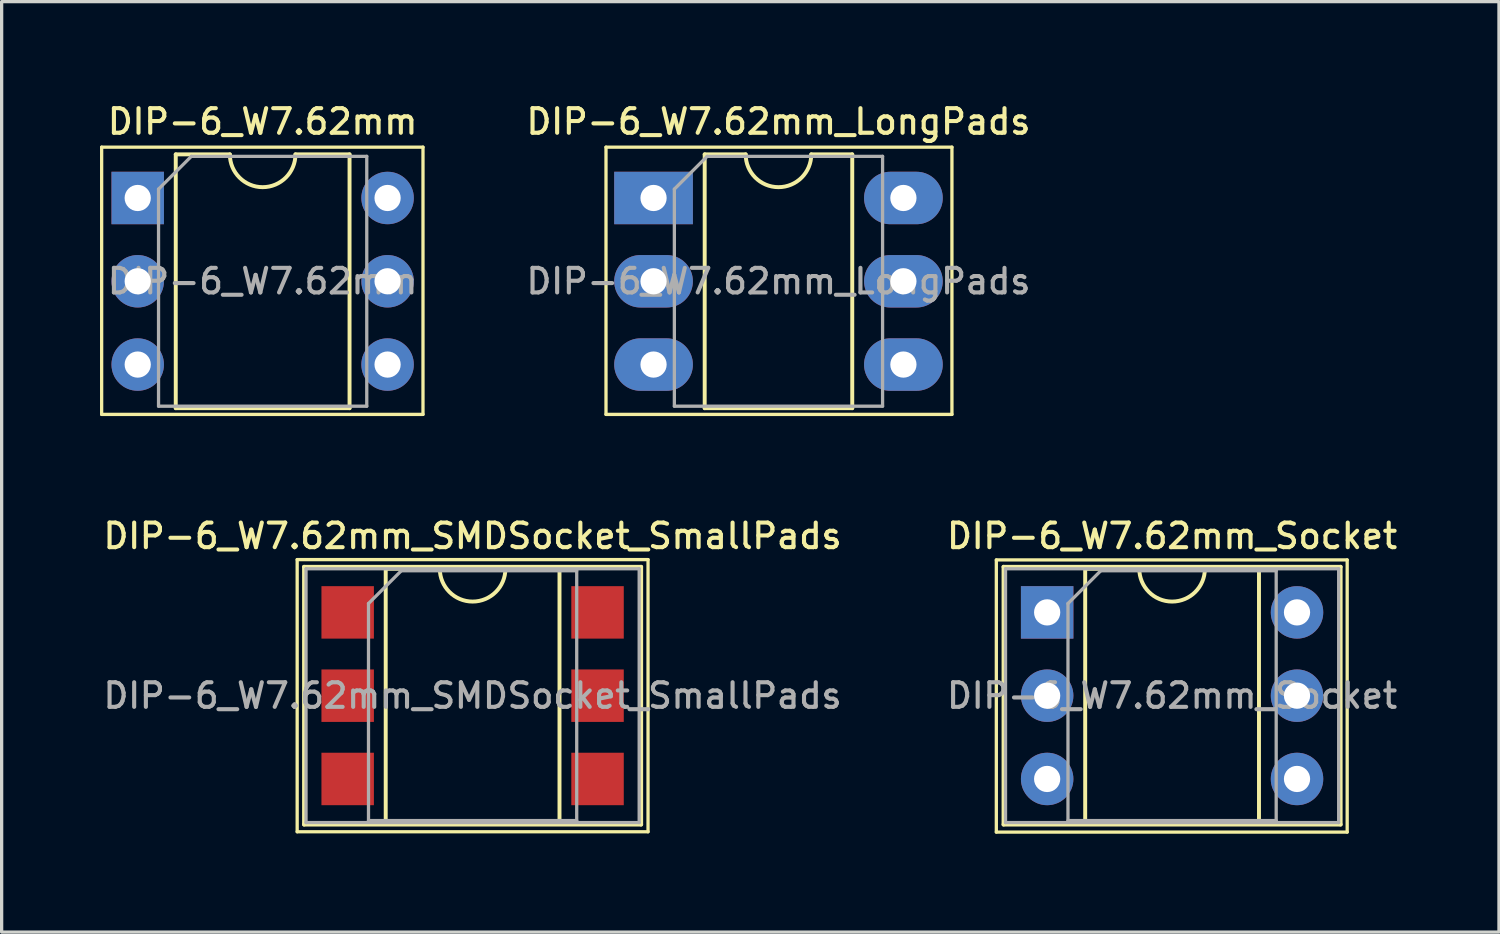
<source format=kicad_pcb>
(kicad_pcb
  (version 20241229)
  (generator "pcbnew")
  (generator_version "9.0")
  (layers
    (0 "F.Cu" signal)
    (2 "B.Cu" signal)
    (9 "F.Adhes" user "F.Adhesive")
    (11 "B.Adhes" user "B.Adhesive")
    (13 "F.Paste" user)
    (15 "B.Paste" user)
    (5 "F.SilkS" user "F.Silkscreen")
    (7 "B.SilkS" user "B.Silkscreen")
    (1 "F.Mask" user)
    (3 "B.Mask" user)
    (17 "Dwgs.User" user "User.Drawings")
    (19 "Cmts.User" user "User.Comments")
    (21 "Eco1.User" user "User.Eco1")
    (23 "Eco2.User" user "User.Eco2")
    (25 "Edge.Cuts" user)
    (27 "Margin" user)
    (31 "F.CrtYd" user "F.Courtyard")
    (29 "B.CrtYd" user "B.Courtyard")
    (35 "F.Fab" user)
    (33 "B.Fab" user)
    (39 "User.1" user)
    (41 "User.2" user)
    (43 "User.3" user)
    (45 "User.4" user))
  (footprint "DIP-6_W7.62mm"
    (layer "F.Cu")
    (at 1.15 2.988)
    (property "Reference" "DIP-6_W7.62mm" (at 3.81 -2.33 0) (layer "F.SilkS") (effects (font (size 0.75 0.75) (thickness 0.125))))
    (attr through_hole)
    (fp_line (start -1.1 -1.55) (end -1.1 6.6) (stroke (width 0.1) (type solid)) (layer "F.SilkS"))
    (fp_line (start -1.1 6.6) (end 8.7 6.6) (stroke (width 0.1) (type solid)) (layer "F.SilkS"))
    (fp_line (start 1.16 -1.33) (end 1.16 6.41) (stroke (width 0.12) (type solid)) (layer "F.SilkS"))
    (fp_line (start 1.16 6.41) (end 6.46 6.41) (stroke (width 0.12) (type solid)) (layer "F.SilkS"))
    (fp_line (start 2.81 -1.33) (end 1.16 -1.33) (stroke (width 0.12) (type solid)) (layer "F.SilkS"))
    (fp_line (start 6.46 -1.33) (end 4.81 -1.33) (stroke (width 0.12) (type solid)) (layer "F.SilkS"))
    (fp_line (start 6.46 6.41) (end 6.46 -1.33) (stroke (width 0.12) (type solid)) (layer "F.SilkS"))
    (fp_line (start 8.7 -1.55) (end -1.1 -1.55) (stroke (width 0.1) (type solid)) (layer "F.SilkS"))
    (fp_line (start 8.7 6.6) (end 8.7 -1.55) (stroke (width 0.1) (type solid)) (layer "F.SilkS"))
    (fp_arc (start 4.81 -1.33) (mid 3.81 -0.33) (end 2.81 -1.33) (stroke (width 0.12) (type solid)) (layer "F.SilkS"))
    (fp_line (start 0.635 -0.27) (end 1.635 -1.27) (stroke (width 0.1) (type solid)) (layer "F.Fab"))
    (fp_line (start 0.635 6.35) (end 0.635 -0.27) (stroke (width 0.1) (type solid)) (layer "F.Fab"))
    (fp_line (start 1.635 -1.27) (end 6.985 -1.27) (stroke (width 0.1) (type solid)) (layer "F.Fab"))
    (fp_line (start 6.985 -1.27) (end 6.985 6.35) (stroke (width 0.1) (type solid)) (layer "F.Fab"))
    (fp_line (start 6.985 6.35) (end 0.635 6.35) (stroke (width 0.1) (type solid)) (layer "F.Fab"))
    (fp_text user "${REFERENCE}" (at 3.81 2.54 0) (layer "F.Fab") (effects (font (size 0.75 0.75) (thickness 0.125))))
    (pad "1" thru_hole rect (at 0 0) (size 1.6 1.6) (drill 0.8) (layers "*.Cu" "*.Mask"))
    (pad "2" thru_hole oval (at 0 2.54) (size 1.6 1.6) (drill 0.8) (layers "*.Cu" "*.Mask"))
    (pad "3" thru_hole oval (at 0 5.08) (size 1.6 1.6) (drill 0.8) (layers "*.Cu" "*.Mask"))
    (pad "4" thru_hole oval (at 7.62 5.08) (size 1.6 1.6) (drill 0.8) (layers "*.Cu" "*.Mask"))
    (pad "5" thru_hole oval (at 7.62 2.54) (size 1.6 1.6) (drill 0.8) (layers "*.Cu" "*.Mask"))
    (pad "6" thru_hole oval (at 7.62 0) (size 1.6 1.6) (drill 0.8) (layers "*.Cu" "*.Mask")))
  (footprint "DIP-6_W7.62mm_LongPads"
    (layer "F.Cu")
    (at 16.881 2.988)
    (property "Reference" "DIP-6_W7.62mm_LongPads" (at 3.81 -2.33 0) (layer "F.SilkS") (effects (font (size 0.75 0.75) (thickness 0.125))))
    (attr through_hole)
    (fp_line (start -1.45 -1.55) (end -1.45 6.6) (stroke (width 0.1) (type solid)) (layer "F.SilkS"))
    (fp_line (start -1.45 6.6) (end 9.1 6.6) (stroke (width 0.1) (type solid)) (layer "F.SilkS"))
    (fp_line (start 1.56 -1.33) (end 1.56 6.41) (stroke (width 0.12) (type solid)) (layer "F.SilkS"))
    (fp_line (start 1.56 6.41) (end 6.06 6.41) (stroke (width 0.12) (type solid)) (layer "F.SilkS"))
    (fp_line (start 2.81 -1.33) (end 1.56 -1.33) (stroke (width 0.12) (type solid)) (layer "F.SilkS"))
    (fp_line (start 6.06 -1.33) (end 4.81 -1.33) (stroke (width 0.12) (type solid)) (layer "F.SilkS"))
    (fp_line (start 6.06 6.41) (end 6.06 -1.33) (stroke (width 0.12) (type solid)) (layer "F.SilkS"))
    (fp_line (start 9.1 -1.55) (end -1.45 -1.55) (stroke (width 0.1) (type solid)) (layer "F.SilkS"))
    (fp_line (start 9.1 6.6) (end 9.1 -1.55) (stroke (width 0.1) (type solid)) (layer "F.SilkS"))
    (fp_arc (start 4.81 -1.33) (mid 3.81 -0.33) (end 2.81 -1.33) (stroke (width 0.12) (type solid)) (layer "F.SilkS"))
    (fp_line (start 0.635 -0.27) (end 1.635 -1.27) (stroke (width 0.1) (type solid)) (layer "F.Fab"))
    (fp_line (start 0.635 6.35) (end 0.635 -0.27) (stroke (width 0.1) (type solid)) (layer "F.Fab"))
    (fp_line (start 1.635 -1.27) (end 6.985 -1.27) (stroke (width 0.1) (type solid)) (layer "F.Fab"))
    (fp_line (start 6.985 -1.27) (end 6.985 6.35) (stroke (width 0.1) (type solid)) (layer "F.Fab"))
    (fp_line (start 6.985 6.35) (end 0.635 6.35) (stroke (width 0.1) (type solid)) (layer "F.Fab"))
    (fp_text user "${REFERENCE}" (at 3.81 2.54 0) (layer "F.Fab") (effects (font (size 0.75 0.75) (thickness 0.125))))
    (pad "1" thru_hole rect (at 0 0) (size 2.4 1.6) (drill 0.8) (layers "*.Cu" "*.Mask"))
    (pad "2" thru_hole oval (at 0 2.54) (size 2.4 1.6) (drill 0.8) (layers "*.Cu" "*.Mask"))
    (pad "3" thru_hole oval (at 0 5.08) (size 2.4 1.6) (drill 0.8) (layers "*.Cu" "*.Mask"))
    (pad "4" thru_hole oval (at 7.62 5.08) (size 2.4 1.6) (drill 0.8) (layers "*.Cu" "*.Mask"))
    (pad "5" thru_hole oval (at 7.62 2.54) (size 2.4 1.6) (drill 0.8) (layers "*.Cu" "*.Mask"))
    (pad "6" thru_hole oval (at 7.62 0) (size 2.4 1.6) (drill 0.8) (layers "*.Cu" "*.Mask")))
  (footprint "DIP-6_W7.62mm_SMDSocket_SmallPads"
    (layer "F.Cu")
    (at 11.363 18.166)
    (property "Reference" "DIP-6_W7.62mm_SMDSocket_SmallPads" (at 0 -4.87 0) (layer "F.SilkS") (effects (font (size 0.75 0.75) (thickness 0.125))))
    (attr smd)
    (fp_line (start -5.35 -4.15) (end -5.35 4.15) (stroke (width 0.1) (type solid)) (layer "F.SilkS"))
    (fp_line (start -5.35 4.15) (end 5.35 4.15) (stroke (width 0.1) (type solid)) (layer "F.SilkS"))
    (fp_line (start -5.14 -3.93) (end -5.14 3.93) (stroke (width 0.12) (type solid)) (layer "F.SilkS"))
    (fp_line (start -5.14 3.93) (end 5.14 3.93) (stroke (width 0.12) (type solid)) (layer "F.SilkS"))
    (fp_line (start -2.65 -3.87) (end -2.65 3.87) (stroke (width 0.12) (type solid)) (layer "F.SilkS"))
    (fp_line (start -2.65 3.87) (end 2.65 3.87) (stroke (width 0.12) (type solid)) (layer "F.SilkS"))
    (fp_line (start -1 -3.87) (end -2.65 -3.87) (stroke (width 0.12) (type solid)) (layer "F.SilkS"))
    (fp_line (start 2.65 -3.87) (end 1 -3.87) (stroke (width 0.12) (type solid)) (layer "F.SilkS"))
    (fp_line (start 2.65 3.87) (end 2.65 -3.87) (stroke (width 0.12) (type solid)) (layer "F.SilkS"))
    (fp_line (start 5.14 -3.93) (end -5.14 -3.93) (stroke (width 0.12) (type solid)) (layer "F.SilkS"))
    (fp_line (start 5.14 3.93) (end 5.14 -3.93) (stroke (width 0.12) (type solid)) (layer "F.SilkS"))
    (fp_line (start 5.35 -4.15) (end -5.35 -4.15) (stroke (width 0.1) (type solid)) (layer "F.SilkS"))
    (fp_line (start 5.35 4.15) (end 5.35 -4.15) (stroke (width 0.1) (type solid)) (layer "F.SilkS"))
    (fp_arc (start 1 -3.87) (mid 0 -2.87) (end -1 -3.87) (stroke (width 0.12) (type solid)) (layer "F.SilkS"))
    (fp_line (start -5.08 -3.87) (end -5.08 3.87) (stroke (width 0.1) (type solid)) (layer "F.Fab"))
    (fp_line (start -5.08 3.87) (end 5.08 3.87) (stroke (width 0.1) (type solid)) (layer "F.Fab"))
    (fp_line (start -3.175 -2.81) (end -2.175 -3.81) (stroke (width 0.1) (type solid)) (layer "F.Fab"))
    (fp_line (start -3.175 3.81) (end -3.175 -2.81) (stroke (width 0.1) (type solid)) (layer "F.Fab"))
    (fp_line (start -2.175 -3.81) (end 3.175 -3.81) (stroke (width 0.1) (type solid)) (layer "F.Fab"))
    (fp_line (start 3.175 -3.81) (end 3.175 3.81) (stroke (width 0.1) (type solid)) (layer "F.Fab"))
    (fp_line (start 3.175 3.81) (end -3.175 3.81) (stroke (width 0.1) (type solid)) (layer "F.Fab"))
    (fp_line (start 5.08 -3.87) (end -5.08 -3.87) (stroke (width 0.1) (type solid)) (layer "F.Fab"))
    (fp_line (start 5.08 3.87) (end 5.08 -3.87) (stroke (width 0.1) (type solid)) (layer "F.Fab"))
    (fp_text user "${REFERENCE}" (at 0 0 0) (layer "F.Fab") (effects (font (size 0.75 0.75) (thickness 0.125))))
    (pad "1" smd rect (at -3.81 -2.54) (size 1.6 1.6) (layers "F.Cu" "F.Mask" "F.Paste"))
    (pad "2" smd rect (at -3.81 0) (size 1.6 1.6) (layers "F.Cu" "F.Mask" "F.Paste"))
    (pad "3" smd rect (at -3.81 2.54) (size 1.6 1.6) (layers "F.Cu" "F.Mask" "F.Paste"))
    (pad "4" smd rect (at 3.81 2.54) (size 1.6 1.6) (layers "F.Cu" "F.Mask" "F.Paste"))
    (pad "5" smd rect (at 3.81 0) (size 1.6 1.6) (layers "F.Cu" "F.Mask" "F.Paste"))
    (pad "6" smd rect (at 3.81 -2.54) (size 1.6 1.6) (layers "F.Cu" "F.Mask" "F.Paste")))
  (footprint "DIP-6_W7.62mm_Socket"
    (layer "F.Cu")
    (at 28.885 15.626)
    (property "Reference" "DIP-6_W7.62mm_Socket" (at 3.81 -2.33 0) (layer "F.SilkS") (effects (font (size 0.75 0.75) (thickness 0.125))))
    (attr through_hole)
    (fp_line (start -1.55 -1.6) (end -1.55 6.7) (stroke (width 0.1) (type solid)) (layer "F.SilkS"))
    (fp_line (start -1.55 6.7) (end 9.15 6.7) (stroke (width 0.1) (type solid)) (layer "F.SilkS"))
    (fp_line (start -1.33 -1.39) (end -1.33 6.47) (stroke (width 0.12) (type solid)) (layer "F.SilkS"))
    (fp_line (start -1.33 6.47) (end 8.95 6.47) (stroke (width 0.12) (type solid)) (layer "F.SilkS"))
    (fp_line (start 1.16 -1.33) (end 1.16 6.41) (stroke (width 0.12) (type solid)) (layer "F.SilkS"))
    (fp_line (start 1.16 6.41) (end 6.46 6.41) (stroke (width 0.12) (type solid)) (layer "F.SilkS"))
    (fp_line (start 2.81 -1.33) (end 1.16 -1.33) (stroke (width 0.12) (type solid)) (layer "F.SilkS"))
    (fp_line (start 6.46 -1.33) (end 4.81 -1.33) (stroke (width 0.12) (type solid)) (layer "F.SilkS"))
    (fp_line (start 6.46 6.41) (end 6.46 -1.33) (stroke (width 0.12) (type solid)) (layer "F.SilkS"))
    (fp_line (start 8.95 -1.39) (end -1.33 -1.39) (stroke (width 0.12) (type solid)) (layer "F.SilkS"))
    (fp_line (start 8.95 6.47) (end 8.95 -1.39) (stroke (width 0.12) (type solid)) (layer "F.SilkS"))
    (fp_line (start 9.15 -1.6) (end -1.55 -1.6) (stroke (width 0.1) (type solid)) (layer "F.SilkS"))
    (fp_line (start 9.15 6.7) (end 9.15 -1.6) (stroke (width 0.1) (type solid)) (layer "F.SilkS"))
    (fp_arc (start 4.81 -1.33) (mid 3.81 -0.33) (end 2.81 -1.33) (stroke (width 0.12) (type solid)) (layer "F.SilkS"))
    (fp_line (start -1.27 -1.33) (end -1.27 6.41) (stroke (width 0.1) (type solid)) (layer "F.Fab"))
    (fp_line (start -1.27 6.41) (end 8.89 6.41) (stroke (width 0.1) (type solid)) (layer "F.Fab"))
    (fp_line (start 0.635 -0.27) (end 1.635 -1.27) (stroke (width 0.1) (type solid)) (layer "F.Fab"))
    (fp_line (start 0.635 6.35) (end 0.635 -0.27) (stroke (width 0.1) (type solid)) (layer "F.Fab"))
    (fp_line (start 1.635 -1.27) (end 6.985 -1.27) (stroke (width 0.1) (type solid)) (layer "F.Fab"))
    (fp_line (start 6.985 -1.27) (end 6.985 6.35) (stroke (width 0.1) (type solid)) (layer "F.Fab"))
    (fp_line (start 6.985 6.35) (end 0.635 6.35) (stroke (width 0.1) (type solid)) (layer "F.Fab"))
    (fp_line (start 8.89 -1.33) (end -1.27 -1.33) (stroke (width 0.1) (type solid)) (layer "F.Fab"))
    (fp_line (start 8.89 6.41) (end 8.89 -1.33) (stroke (width 0.1) (type solid)) (layer "F.Fab"))
    (fp_text user "${REFERENCE}" (at 3.81 2.54 0) (layer "F.Fab") (effects (font (size 0.75 0.75) (thickness 0.125))))
    (pad "1" thru_hole rect (at 0 0) (size 1.6 1.6) (drill 0.8) (layers "*.Cu" "*.Mask"))
    (pad "2" thru_hole oval (at 0 2.54) (size 1.6 1.6) (drill 0.8) (layers "*.Cu" "*.Mask"))
    (pad "3" thru_hole oval (at 0 5.08) (size 1.6 1.6) (drill 0.8) (layers "*.Cu" "*.Mask"))
    (pad "4" thru_hole oval (at 7.62 5.08) (size 1.6 1.6) (drill 0.8) (layers "*.Cu" "*.Mask"))
    (pad "5" thru_hole oval (at 7.62 2.54) (size 1.6 1.6) (drill 0.8) (layers "*.Cu" "*.Mask"))
    (pad "6" thru_hole oval (at 7.62 0) (size 1.6 1.6) (drill 0.8) (layers "*.Cu" "*.Mask")))
  (gr_rect
    (start -3 -3)
    (end 42.664 25.376)
    (stroke (width 0.1) (type default))
    (fill no)
    (layer "Edge.Cuts")))
</source>
